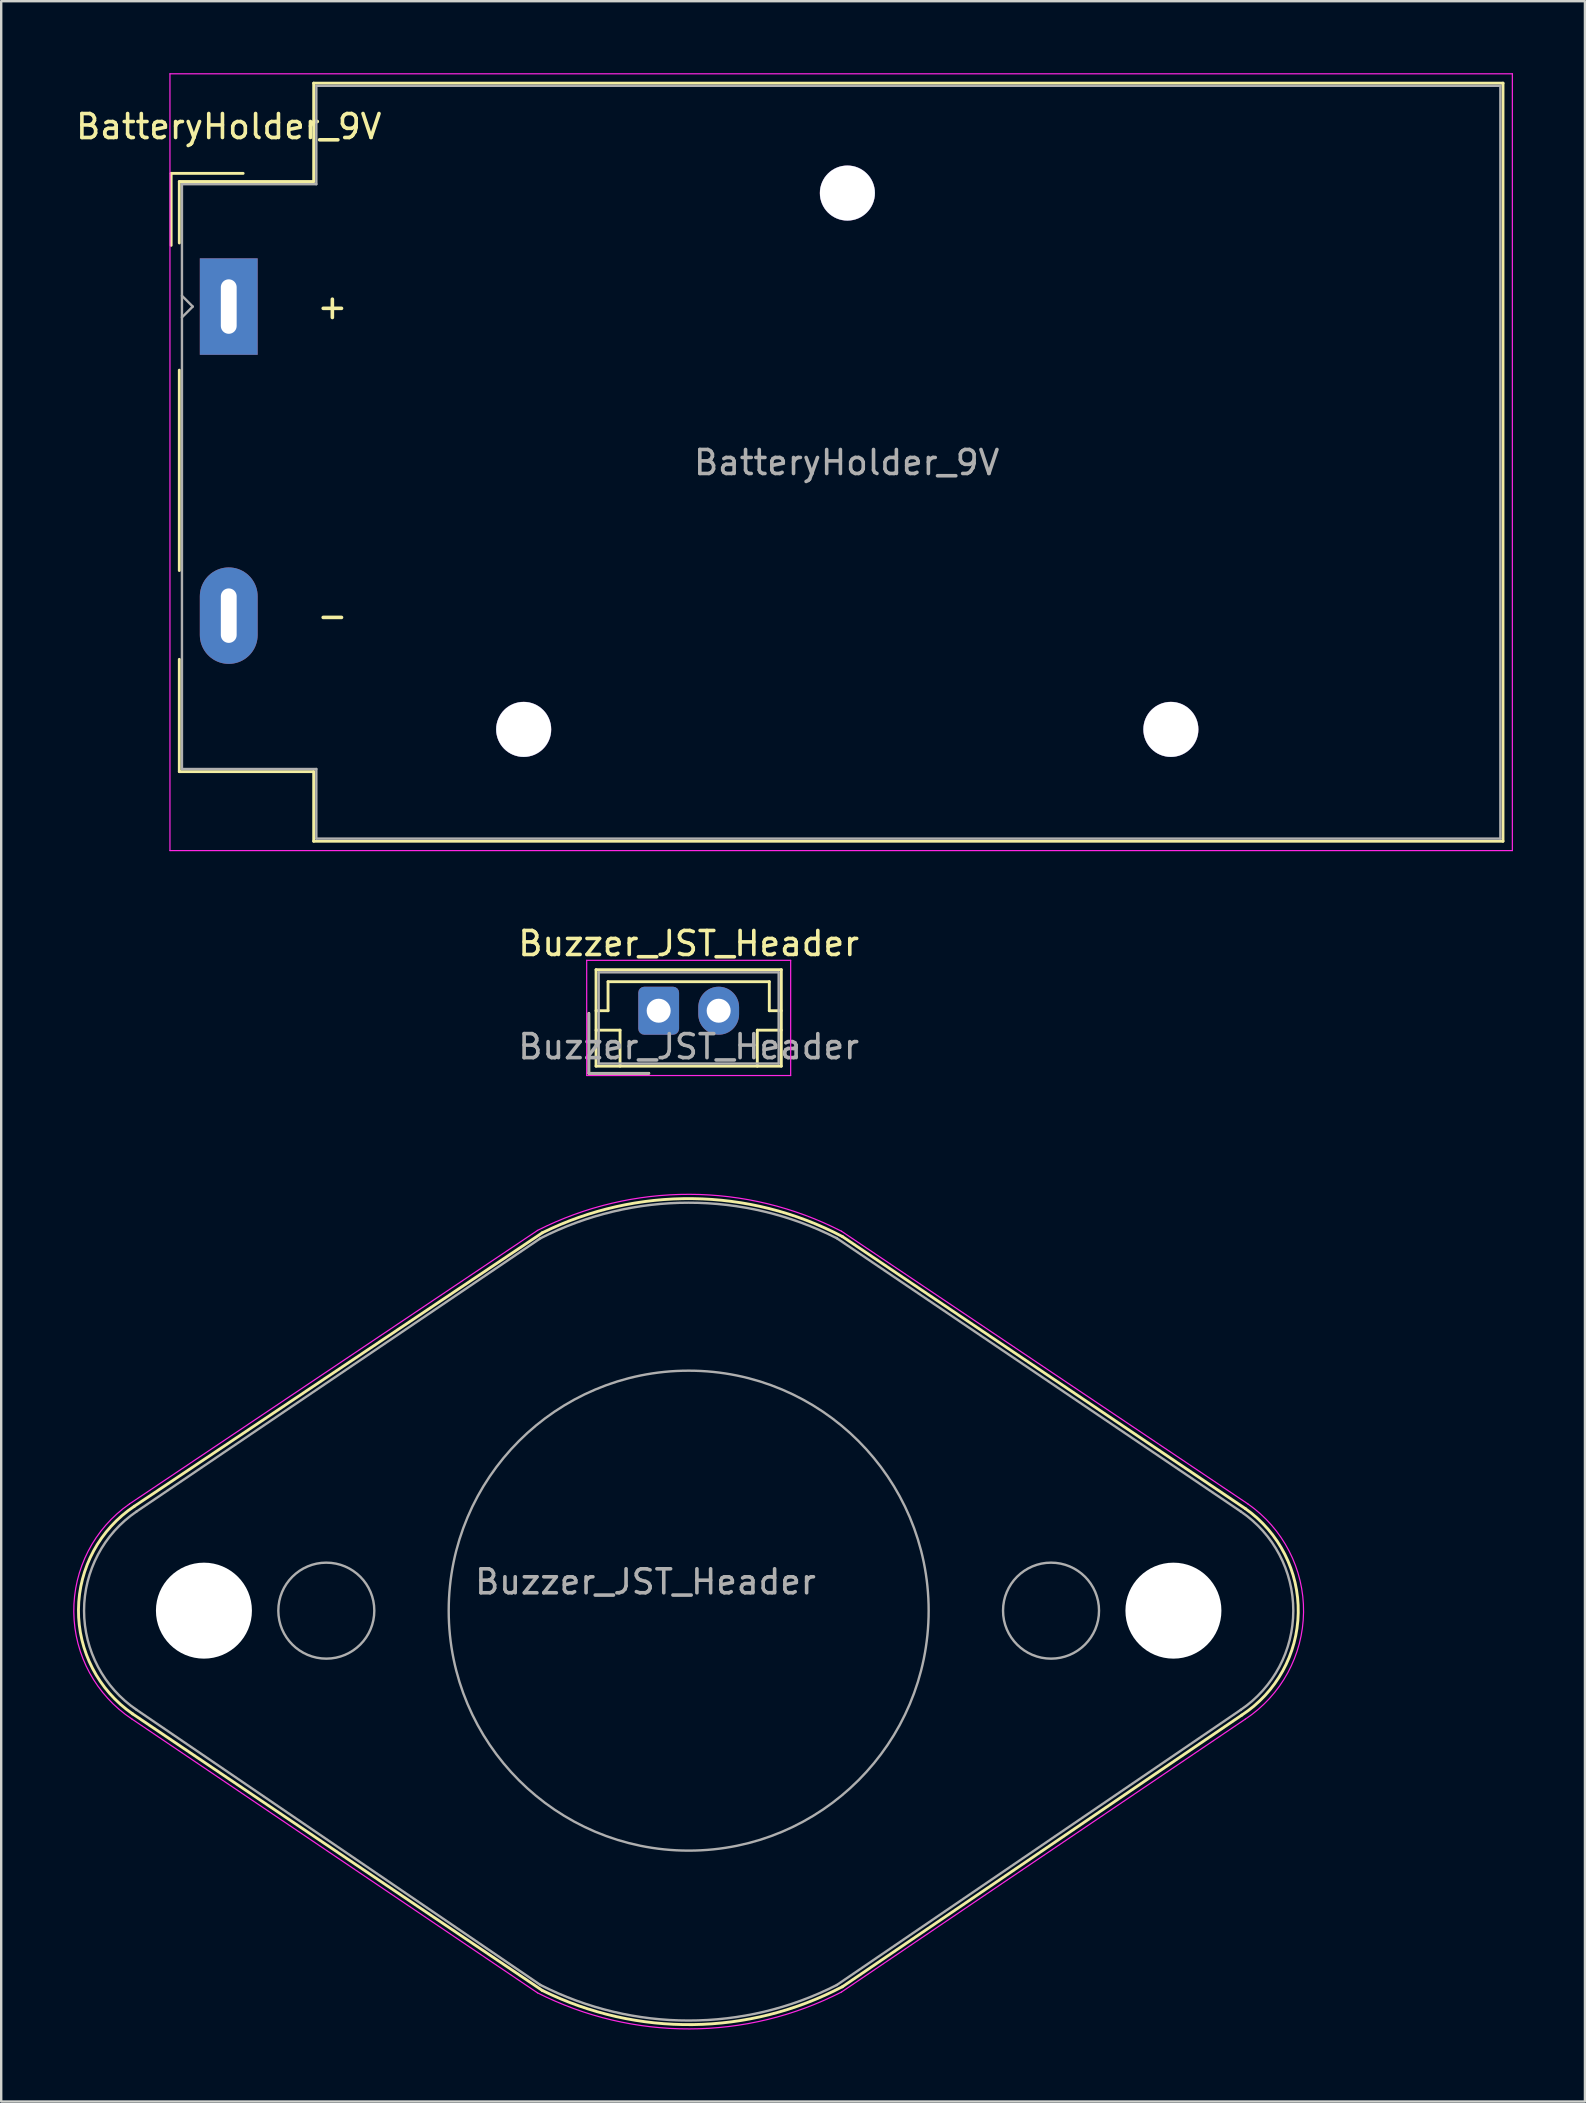
<source format=kicad_pcb>
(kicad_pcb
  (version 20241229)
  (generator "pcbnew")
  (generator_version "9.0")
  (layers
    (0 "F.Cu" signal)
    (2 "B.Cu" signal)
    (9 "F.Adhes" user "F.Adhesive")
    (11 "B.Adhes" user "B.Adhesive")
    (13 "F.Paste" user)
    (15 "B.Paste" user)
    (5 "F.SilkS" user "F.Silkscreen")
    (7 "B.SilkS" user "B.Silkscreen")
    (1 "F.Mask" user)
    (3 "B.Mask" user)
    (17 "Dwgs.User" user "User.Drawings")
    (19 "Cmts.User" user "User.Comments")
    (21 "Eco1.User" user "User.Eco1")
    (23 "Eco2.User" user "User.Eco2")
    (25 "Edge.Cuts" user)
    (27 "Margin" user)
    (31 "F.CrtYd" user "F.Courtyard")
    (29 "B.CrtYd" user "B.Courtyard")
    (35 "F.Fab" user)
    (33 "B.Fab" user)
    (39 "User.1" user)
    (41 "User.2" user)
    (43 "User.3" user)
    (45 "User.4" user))
  (footprint "BatteryHolder_9V"
    (layer "F.Cu")
    (at 6.482 9.725)
    (property "Reference" "BatteryHolder_9V" (at 0 -7.5 0) (layer "F.SilkS") (effects (font (size 1 1) (thickness 0.15))))
    (attr through_hole)
    (fp_line (start -2.4 -5.55) (end -2.4 -2.55) (stroke (width 0.12) (type solid)) (layer "F.SilkS"))
    (fp_line (start -2.4 -5.55) (end 0.6 -5.55) (stroke (width 0.12) (type solid)) (layer "F.SilkS"))
    (fp_line (start -2.06 -5.21) (end -2.06 -2.65) (stroke (width 0.12) (type solid)) (layer "F.SilkS"))
    (fp_line (start -2.06 2.65) (end -2.06 11) (stroke (width 0.12) (type solid)) (layer "F.SilkS"))
    (fp_line (start -2.06 19.38) (end -2.06 14.7) (stroke (width 0.12) (type solid)) (layer "F.SilkS"))
    (fp_line (start 3.54 -9.31) (end 3.54 -5.21) (stroke (width 0.12) (type solid)) (layer "F.SilkS"))
    (fp_line (start 3.54 -5.21) (end -2.06 -5.21) (stroke (width 0.12) (type solid)) (layer "F.SilkS"))
    (fp_line (start 3.54 19.38) (end -2.06 19.38) (stroke (width 0.12) (type solid)) (layer "F.SilkS"))
    (fp_line (start 3.54 22.28) (end 3.54 19.38) (stroke (width 0.12) (type solid)) (layer "F.SilkS"))
    (fp_line (start 53.1 -9.31) (end 3.54 -9.31) (stroke (width 0.12) (type solid)) (layer "F.SilkS"))
    (fp_line (start 53.1 22.28) (end 3.54 22.28) (stroke (width 0.12) (type solid)) (layer "F.SilkS"))
    (fp_line (start 53.1 22.28) (end 53.1 -9.31) (stroke (width 0.12) (type solid)) (layer "F.SilkS"))
    (fp_line (start -2.45 -9.7) (end -2.45 22.67) (stroke (width 0.05) (type solid)) (layer "F.CrtYd"))
    (fp_line (start -2.45 -9.7) (end 53.49 -9.7) (stroke (width 0.05) (type solid)) (layer "F.CrtYd"))
    (fp_line (start -2.45 22.67) (end 53.49 22.67) (stroke (width 0.05) (type solid)) (layer "F.CrtYd"))
    (fp_line (start 53.49 22.67) (end 53.49 -9.7) (stroke (width 0.05) (type solid)) (layer "F.CrtYd"))
    (fp_line (start -1.95 0.45) (end -1.5 0) (stroke (width 0.1) (type solid)) (layer "F.Fab"))
    (fp_line (start -1.95 19.27) (end -1.95 -5.1) (stroke (width 0.1) (type solid)) (layer "F.Fab"))
    (fp_line (start -1.5 0) (end -1.95 -0.45) (stroke (width 0.1) (type solid)) (layer "F.Fab"))
    (fp_line (start 3.65 -9.2) (end 52.99 -9.2) (stroke (width 0.1) (type solid)) (layer "F.Fab"))
    (fp_line (start 3.65 -5.1) (end -1.95 -5.1) (stroke (width 0.1) (type solid)) (layer "F.Fab"))
    (fp_line (start 3.65 -5.1) (end 3.65 -9.2) (stroke (width 0.1) (type solid)) (layer "F.Fab"))
    (fp_line (start 3.65 19.27) (end -1.95 19.27) (stroke (width 0.1) (type solid)) (layer "F.Fab"))
    (fp_line (start 3.65 22.17) (end 3.65 19.27) (stroke (width 0.1) (type solid)) (layer "F.Fab"))
    (fp_line (start 3.65 22.17) (end 52.99 22.17) (stroke (width 0.1) (type solid)) (layer "F.Fab"))
    (fp_line (start 52.99 22.17) (end 52.99 -9.2) (stroke (width 0.1) (type solid)) (layer "F.Fab"))
    (fp_text user "+" (at 3.6 0 0) (layer "F.SilkS") (effects (font (size 1 1) (thickness 0.15)) (justify left)))
    (fp_text user "-" (at 3.6 12.88 0) (layer "F.SilkS") (effects (font (size 1 1) (thickness 0.15)) (justify left)))
    (fp_text user "${REFERENCE}" (at 25.75 6.5 0) (layer "F.Fab") (effects (font (size 1 1) (thickness 0.15))))
    (pad "" np_thru_hole circle (at 12.29 17.62) (size 2.3 2.3) (drill 2.29) (layers "*.Cu" "*.Mask"))
    (pad "" np_thru_hole circle (at 25.78 -4.73) (size 2.3 2.3) (drill 2.29) (layers "*.Cu" "*.Mask"))
    (pad "" np_thru_hole circle (at 39.26 17.62) (size 2.3 2.3) (drill 2.29) (layers "*.Cu" "*.Mask"))
    (pad "1" thru_hole rect (at 0 0) (size 2.41 4.02) (drill oval 0.66 2.27) (layers "*.Cu" "*.Mask"))
    (pad "2" thru_hole oval (at 0 12.88) (size 2.41 4.02) (drill oval 0.66 2.27) (layers "*.Cu" "*.Mask")))
  (footprint "Buzzer_JST_Header"
    (layer "F.Cu")
    (at 24.398 39.068)
    (property "Reference" "Buzzer_JST_Header" (at 1.25 -2.8 0) (layer "F.SilkS") (effects (font (size 1 1) (thickness 0.15))))
    (attr through_hole)
    (fp_line (start -4.85 9.255) (end -21.85 20.65) (stroke (width 0.12) (type solid)) (layer "F.SilkS"))
    (fp_line (start -4.85 40.827) (end -21.927 29.298) (stroke (width 0.12) (type solid)) (layer "F.SilkS"))
    (fp_line (start -2.91 0.11) (end -2.91 2.61) (stroke (width 0.12) (type solid)) (layer "F.SilkS"))
    (fp_line (start -2.91 2.61) (end -0.41 2.61) (stroke (width 0.12) (type solid)) (layer "F.SilkS"))
    (fp_line (start -2.61 -1.71) (end -2.61 2.31) (stroke (width 0.12) (type solid)) (layer "F.SilkS"))
    (fp_line (start -2.61 0) (end -2.11 0) (stroke (width 0.12) (type solid)) (layer "F.SilkS"))
    (fp_line (start -2.61 0.81) (end -1.61 0.81) (stroke (width 0.12) (type solid)) (layer "F.SilkS"))
    (fp_line (start -2.61 2.31) (end 5.11 2.31) (stroke (width 0.12) (type solid)) (layer "F.SilkS"))
    (fp_line (start -2.11 -1.21) (end 4.61 -1.21) (stroke (width 0.12) (type solid)) (layer "F.SilkS"))
    (fp_line (start -2.11 0) (end -2.11 -1.21) (stroke (width 0.12) (type solid)) (layer "F.SilkS"))
    (fp_line (start -1.61 0.81) (end -1.61 2.31) (stroke (width 0.12) (type solid)) (layer "F.SilkS"))
    (fp_line (start 4.11 0.81) (end 4.11 2.31) (stroke (width 0.12) (type solid)) (layer "F.SilkS"))
    (fp_line (start 4.61 -1.21) (end 4.61 0) (stroke (width 0.12) (type solid)) (layer "F.SilkS"))
    (fp_line (start 4.61 0) (end 5.11 0) (stroke (width 0.12) (type solid)) (layer "F.SilkS"))
    (fp_line (start 5.11 -1.71) (end -2.61 -1.71) (stroke (width 0.12) (type solid)) (layer "F.SilkS"))
    (fp_line (start 5.11 0.81) (end 4.11 0.81) (stroke (width 0.12) (type solid)) (layer "F.SilkS"))
    (fp_line (start 5.11 2.31) (end 5.11 -1.71) (stroke (width 0.12) (type solid)) (layer "F.SilkS"))
    (fp_line (start 7.656 9.411) (end 24.45 20.75) (stroke (width 0.12) (type solid)) (layer "F.SilkS"))
    (fp_line (start 7.656 40.671) (end 24.297 29.354) (stroke (width 0.12) (type solid)) (layer "F.SilkS"))
    (fp_arc (start -21.926968 29.297694) (mid -24.177844 24.953471) (end -21.850001 20.65) (stroke (width 0.12) (type solid)) (layer "F.SilkS"))
    (fp_arc (start -4.850001 9.25466) (mid 1.421642 7.831387) (end 7.655869 9.410508) (stroke (width 0.12) (type solid)) (layer "F.SilkS"))
    (fp_arc (start 7.655869 40.670879) (mid 1.421642 42.25) (end -4.850001 40.826727) (stroke (width 0.12) (type solid)) (layer "F.SilkS"))
    (fp_arc (start 24.449999 20.75) (mid 26.651342 25.092388) (end 24.297175 29.353859) (stroke (width 0.12) (type solid)) (layer "F.SilkS"))
    (fp_line (start -5.05 9.155) (end -22.05 20.55) (stroke (width 0.05) (type solid)) (layer "F.CrtYd"))
    (fp_line (start -5.05 40.927) (end -21.946 29.52) (stroke (width 0.05) (type solid)) (layer "F.CrtYd"))
    (fp_line (start -3 -2.1) (end -3 2.7) (stroke (width 0.05) (type solid)) (layer "F.CrtYd"))
    (fp_line (start -3 2.7) (end 5.5 2.7) (stroke (width 0.05) (type solid)) (layer "F.CrtYd"))
    (fp_line (start 5.5 -2.1) (end -3 -2.1) (stroke (width 0.05) (type solid)) (layer "F.CrtYd"))
    (fp_line (start 5.5 2.7) (end 5.5 -2.1) (stroke (width 0.05) (type solid)) (layer "F.CrtYd"))
    (fp_line (start 7.619 9.19) (end 24.55 20.55) (stroke (width 0.05) (type solid)) (layer "F.CrtYd"))
    (fp_line (start 7.619 40.891) (end 24.446 29.52) (stroke (width 0.05) (type solid)) (layer "F.CrtYd"))
    (fp_arc (start -21.94632 29.520461) (mid -24.372968 25.062679) (end -22.050001 20.55) (stroke (width 0.05) (type solid)) (layer "F.CrtYd"))
    (fp_arc (start -5.050001 9.15466) (mid 1.288839 7.651489) (end 7.619213 9.189927) (stroke (width 0.05) (type solid)) (layer "F.CrtYd"))
    (fp_arc (start 7.619213 40.89146) (mid 1.288839 42.429898) (end -5.050001 40.926727) (stroke (width 0.05) (type solid)) (layer "F.CrtYd"))
    (fp_arc (start 24.549999 20.55) (mid 26.872966 25.062679) (end 24.446318 29.520461) (stroke (width 0.05) (type solid)) (layer "F.CrtYd"))
    (fp_line (start -4.93 9.485) (end -21.76 20.87) (stroke (width 0.1) (type solid)) (layer "F.Fab"))
    (fp_line (start -4.93 40.597) (end -21.756 29.133) (stroke (width 0.1) (type solid)) (layer "F.Fab"))
    (fp_line (start -2.91 0.11) (end -2.91 2.61) (stroke (width 0.1) (type solid)) (layer "F.Fab"))
    (fp_line (start -2.91 2.61) (end -0.41 2.61) (stroke (width 0.1) (type solid)) (layer "F.Fab"))
    (fp_line (start -2.5 -1.6) (end -2.5 2.2) (stroke (width 0.1) (type solid)) (layer "F.Fab"))
    (fp_line (start -2.5 2.2) (end 5 2.2) (stroke (width 0.1) (type solid)) (layer "F.Fab"))
    (fp_line (start 5 -1.6) (end -2.5 -1.6) (stroke (width 0.1) (type solid)) (layer "F.Fab"))
    (fp_line (start 5 2.2) (end 5 -1.6) (stroke (width 0.1) (type solid)) (layer "F.Fab"))
    (fp_line (start 7.423 9.481) (end 24.26 20.87) (stroke (width 0.1) (type solid)) (layer "F.Fab"))
    (fp_line (start 7.423 40.6) (end 24.256 29.133) (stroke (width 0.1) (type solid)) (layer "F.Fab"))
    (fp_arc (start -21.755548 29.133026) (mid -23.945298 25.002692) (end -21.760001 20.87) (stroke (width 0.1) (type solid)) (layer "F.Fab"))
    (fp_arc (start -4.930001 9.48466) (mid 1.245944 8) (end 7.422772 9.480978) (stroke (width 0.1) (type solid)) (layer "F.Fab"))
    (fp_arc (start 7.422772 40.600409) (mid 1.245944 42.081387) (end -4.930001 40.596727) (stroke (width 0.1) (type solid)) (layer "F.Fab"))
    (fp_arc (start 24.259999 20.87) (mid 26.445296 25.002692) (end 24.255546 29.133026) (stroke (width 0.1) (type solid)) (layer "F.Fab"))
    (fp_circle (center -13.85 25) (end -15.85 25) (stroke (width 0.1) (type solid)) (fill no) (layer "F.Fab"))
    (fp_circle (center 1.25 25) (end 11.25 25) (stroke (width 0.1) (type solid)) (fill no) (layer "F.Fab"))
    (fp_circle (center 16.35 25) (end 18.35 25) (stroke (width 0.1) (type solid)) (fill no) (layer "F.Fab"))
    (fp_text user "${REFERENCE}" (at -0.55 23.8 0) (layer "F.Fab") (effects (font (size 1 1) (thickness 0.15))))
    (fp_text user "${REFERENCE}" (at 1.25 1.5 0) (layer "F.Fab") (effects (font (size 1 1) (thickness 0.15))))
    (pad "" np_thru_hole circle (at -18.95 25) (size 4 4) (drill 4) (layers "*.Cu" "*.Mask"))
    (pad "" np_thru_hole circle (at 21.45 25) (size 4 4) (drill 4) (layers "*.Cu" "*.Mask"))
    (pad "1" thru_hole roundrect (at 0 0) (size 1.7 2) (drill 1) (layers "*.Cu" "*.Mask") (roundrect_rratio 0.147))
    (pad "2" thru_hole oval (at 2.5 0) (size 1.7 2) (drill 1) (layers "*.Cu" "*.Mask")))
  (gr_rect
    (start -3 -3)
    (end 62.997 84.523)
    (stroke (width 0.1) (type default))
    (fill no)
    (layer "Edge.Cuts")))
</source>
